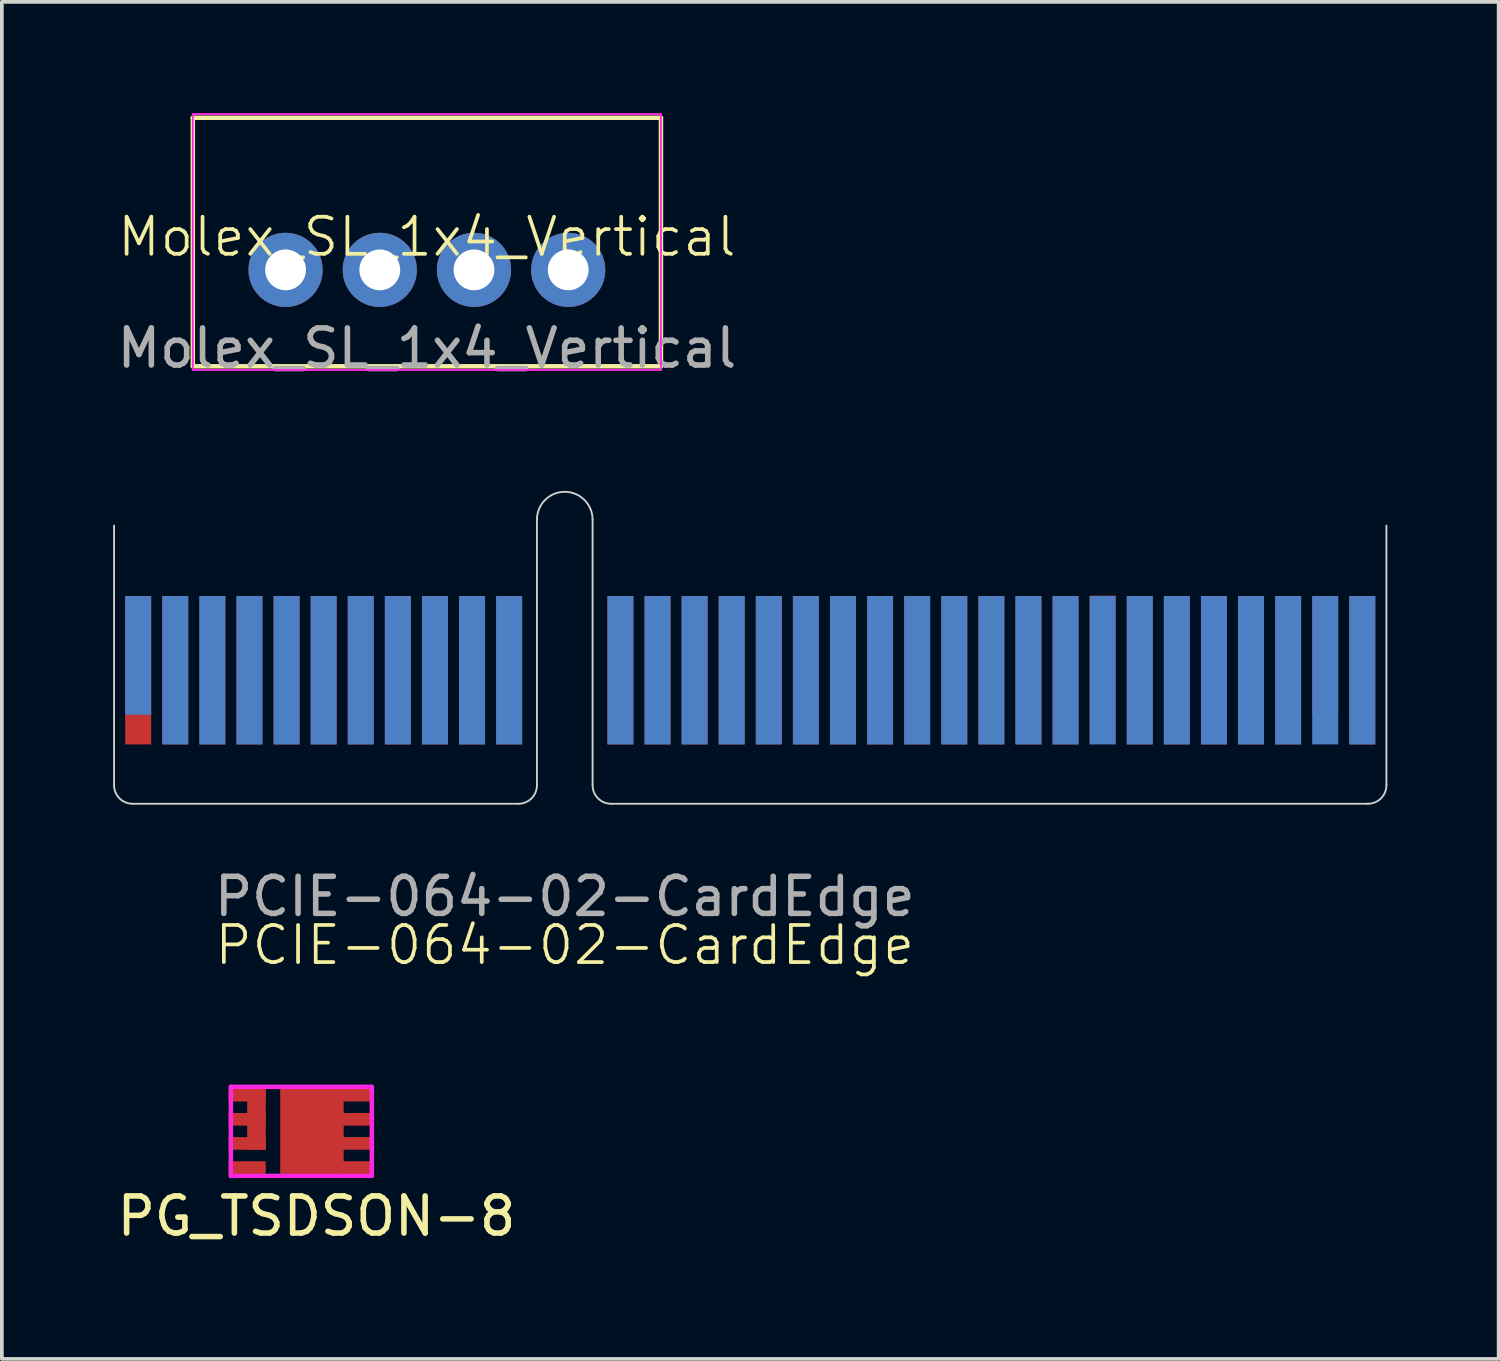
<source format=kicad_pcb>
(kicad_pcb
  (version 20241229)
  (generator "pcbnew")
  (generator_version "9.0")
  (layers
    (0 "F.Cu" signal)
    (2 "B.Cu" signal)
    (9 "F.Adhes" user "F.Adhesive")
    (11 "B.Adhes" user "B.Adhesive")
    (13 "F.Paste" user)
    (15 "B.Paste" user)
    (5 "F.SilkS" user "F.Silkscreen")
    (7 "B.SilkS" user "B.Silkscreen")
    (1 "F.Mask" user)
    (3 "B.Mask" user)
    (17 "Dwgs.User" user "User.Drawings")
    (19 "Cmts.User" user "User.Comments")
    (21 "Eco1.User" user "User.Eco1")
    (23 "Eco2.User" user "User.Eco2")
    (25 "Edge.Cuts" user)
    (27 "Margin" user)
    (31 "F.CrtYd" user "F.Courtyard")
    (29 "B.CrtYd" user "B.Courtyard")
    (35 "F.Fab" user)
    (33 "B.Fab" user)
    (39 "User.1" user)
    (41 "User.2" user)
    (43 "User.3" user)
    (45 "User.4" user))
  (footprint "PG_TSDSON-8"
    (layer "F.Cu")
    (at 4.974 27.449)
    (property "Reference" "PG_TSDSON-8" (at 0.508 2.286 180) (layer "F.SilkS") (effects (font (size 1 1) (thickness 0.15))))
    (attr smd)
    (fp_line (start -1.8 -1.2) (end -1.8 1.2) (stroke (width 0.12) (type solid)) (layer "F.CrtYd"))
    (fp_line (start -1.8 1.2) (end 2 1.2) (stroke (width 0.12) (type solid)) (layer "F.CrtYd"))
    (fp_line (start 1.8 -1.2) (end -1.8 -1.2) (stroke (width 0.12) (type solid)) (layer "F.CrtYd"))
    (fp_line (start 2 -1.2) (end 1.8 -1.2) (stroke (width 0.12) (type solid)) (layer "F.CrtYd"))
    (fp_line (start 2 1.2) (end 2 -1.2) (stroke (width 0.12) (type solid)) (layer "F.CrtYd"))
    (pad "1" smd rect (at -1.36 -0.975 180) (size 1 0.34) (layers "F.Cu" "F.Mask" "F.Paste"))
    (pad "1" smd rect (at -1.36 -0.325 180) (size 1 0.34) (layers "F.Cu" "F.Mask" "F.Paste"))
    (pad "1" smd rect (at -1.36 0.325 180) (size 1 0.34) (layers "F.Cu" "F.Mask" "F.Paste"))
    (pad "1" smd rect (at -1.11 -0.325 180) (size 0.5 1.64) (layers "F.Cu" "F.Mask" "F.Paste"))
    (pad "2" smd rect (at -1.36 0.975 180) (size 1 0.34) (layers "F.Cu" "F.Mask" "F.Paste"))
    (pad "3" smd rect (at 0.385 0 180) (size 1.71 2.29) (layers "F.Cu" "F.Mask" "F.Paste"))
    (pad "3" smd rect (at 1.54 -0.975 180) (size 1 0.34) (layers "F.Cu" "F.Mask" "F.Paste"))
    (pad "3" smd rect (at 1.54 -0.325 180) (size 1 0.34) (layers "F.Cu" "F.Mask" "F.Paste"))
    (pad "3" smd rect (at 1.54 0.325 180) (size 1 0.34) (layers "F.Cu" "F.Mask" "F.Paste"))
    (pad "3" smd rect (at 1.54 0.975 180) (size 1 0.34) (layers "F.Cu" "F.Mask" "F.Paste")))
  (footprint "PCIE-064-02-CardEdge"
    (layer "F.Cu")
    (at 12.175 18.618)
    (property "Reference" "PCIE-064-02-CardEdge" (at 0 3.81 0) (unlocked yes) (layer "F.SilkS") (effects (font (size 1 1) (thickness 0.1))))
    (attr smd)
    (fp_line (start -12.15 -0.5) (end -12.15 -7.5) (stroke (width 0.05) (type default)) (layer "Edge.Cuts"))
    (fp_line (start -1.25 0) (end -11.65 0) (stroke (width 0.05) (type default)) (layer "Edge.Cuts"))
    (fp_line (start -0.75 -7.66) (end -0.75 -0.5) (stroke (width 0.05) (type default)) (layer "Edge.Cuts"))
    (fp_line (start 0.75 -7.66) (end 0.75 -0.5) (stroke (width 0.05) (type default)) (layer "Edge.Cuts"))
    (fp_line (start 1.25 0) (end 21.65 0) (stroke (width 0.05) (type default)) (layer "Edge.Cuts"))
    (fp_line (start 22.15 -0.5) (end 22.15 -7.5) (stroke (width 0.05) (type default)) (layer "Edge.Cuts"))
    (fp_arc (start -11.65 0) (mid -12.003553 -0.146447) (end -12.15 -0.5) (stroke (width 0.05) (type default)) (layer "Edge.Cuts"))
    (fp_arc (start -0.75 -7.66) (mid 0 -8.41) (end 0.75 -7.66) (stroke (width 0.05) (type default)) (layer "Edge.Cuts"))
    (fp_arc (start -0.75 -0.5) (mid -0.896447 -0.146447) (end -1.25 0) (stroke (width 0.05) (type default)) (layer "Edge.Cuts"))
    (fp_arc (start 1.25 0) (mid 0.896447 -0.146447) (end 0.75 -0.5) (stroke (width 0.05) (type default)) (layer "Edge.Cuts"))
    (fp_arc (start 22.15 -0.5) (mid 22.003553 -0.146447) (end 21.65 0) (stroke (width 0.05) (type default)) (layer "Edge.Cuts"))
    (fp_text user "${REFERENCE}" (at 0 2.5 0) (unlocked yes) (layer "F.Fab") (effects (font (size 1 1) (thickness 0.15))))
    (pad "A1" connect rect (at -11.5 -4) (size 0.7 3.2) (layers "B.Cu" "B.Mask"))
    (pad "A2" connect rect (at -10.5 -3.6) (size 0.7 4) (layers "B.Cu" "B.Mask"))
    (pad "A3" connect rect (at -9.5 -3.6) (size 0.7 4) (layers "B.Cu" "B.Mask"))
    (pad "A4" connect rect (at -8.5 -3.6) (size 0.7 4) (layers "B.Cu" "B.Mask"))
    (pad "A5" connect rect (at -7.5 -3.6) (size 0.7 4) (layers "B.Cu" "B.Mask"))
    (pad "A6" connect rect (at -6.5 -3.6) (size 0.7 4) (layers "B.Cu" "B.Mask"))
    (pad "A7" connect rect (at -5.5 -3.6) (size 0.7 4) (layers "B.Cu" "B.Mask"))
    (pad "A8" connect rect (at -4.5 -3.6) (size 0.7 4) (layers "B.Cu" "B.Mask"))
    (pad "A9" connect rect (at -3.5 -3.6) (size 0.7 4) (layers "B.Cu" "B.Mask"))
    (pad "A10" connect rect (at -2.5 -3.6) (size 0.7 4) (layers "B.Cu" "B.Mask"))
    (pad "A11" connect rect (at -1.5 -3.6) (size 0.7 4) (layers "B.Cu" "B.Mask"))
    (pad "A12" connect rect (at 1.5 -3.6) (size 0.7 4) (layers "B.Cu" "B.Mask"))
    (pad "A13" connect rect (at 2.5 -3.6) (size 0.7 4) (layers "B.Cu" "B.Mask"))
    (pad "A14" connect rect (at 3.5 -3.6) (size 0.7 4) (layers "B.Cu" "B.Mask"))
    (pad "A15" connect rect (at 4.5 -3.6) (size 0.7 4) (layers "B.Cu" "B.Mask"))
    (pad "A16" connect rect (at 5.5 -3.6) (size 0.7 4) (layers "B.Cu" "B.Mask"))
    (pad "A17" connect rect (at 6.5 -3.6) (size 0.7 4) (layers "B.Cu" "B.Mask"))
    (pad "A18" connect rect (at 7.5 -3.6) (size 0.7 4) (layers "B.Cu" "B.Mask"))
    (pad "A19" connect rect (at 8.5 -3.6) (size 0.7 4) (layers "B.Cu" "B.Mask"))
    (pad "A20" connect rect (at 9.5 -3.6) (size 0.7 4) (layers "B.Cu" "B.Mask"))
    (pad "A21" connect rect (at 10.5 -3.6) (size 0.7 4) (layers "B.Cu" "B.Mask"))
    (pad "A22" connect rect (at 11.5 -3.6) (size 0.7 4) (layers "B.Cu" "B.Mask"))
    (pad "A23" connect rect (at 12.5 -3.6) (size 0.7 4) (layers "B.Cu" "B.Mask"))
    (pad "A24" connect rect (at 13.5 -3.6) (size 0.7 4) (layers "B.Cu" "B.Mask"))
    (pad "A25" connect rect (at 14.5 -3.6) (size 0.7 4) (layers "B.Cu" "B.Mask"))
    (pad "A26" connect rect (at 15.5 -3.6) (size 0.7 4) (layers "B.Cu" "B.Mask"))
    (pad "A27" connect rect (at 16.5 -3.6) (size 0.7 4) (layers "B.Cu" "B.Mask"))
    (pad "A28" connect rect (at 17.5 -3.6) (size 0.7 4) (layers "B.Cu" "B.Mask"))
    (pad "A29" connect rect (at 18.5 -3.6) (size 0.7 4) (layers "B.Cu" "B.Mask"))
    (pad "A30" connect rect (at 19.5 -3.6) (size 0.7 4) (layers "B.Cu" "B.Mask"))
    (pad "A31" connect rect (at 20.5 -3.6) (size 0.7 4) (layers "B.Cu" "B.Mask"))
    (pad "A32" connect rect (at 21.5 -3.6) (size 0.7 4) (layers "B.Cu" "B.Mask"))
    (pad "B1" connect rect (at -11.5 -3.6) (size 0.7 4) (layers "F.Cu" "F.Mask"))
    (pad "B2" connect rect (at -10.5 -3.6) (size 0.7 4) (layers "F.Cu" "F.Mask"))
    (pad "B3" connect rect (at -9.5 -3.6) (size 0.7 4) (layers "F.Cu" "F.Mask"))
    (pad "B4" connect rect (at -8.5 -3.6) (size 0.7 4) (layers "F.Cu" "F.Mask"))
    (pad "B5" connect rect (at -7.5 -3.6) (size 0.7 4) (layers "F.Cu" "F.Mask"))
    (pad "B6" connect rect (at -6.5 -3.6) (size 0.7 4) (layers "F.Cu" "F.Mask"))
    (pad "B7" connect rect (at -5.5 -3.6) (size 0.7 4) (layers "F.Cu" "F.Mask"))
    (pad "B8" connect rect (at -4.5 -3.6) (size 0.7 4) (layers "F.Cu" "F.Mask"))
    (pad "B9" connect rect (at -3.5 -3.6) (size 0.7 4) (layers "F.Cu" "F.Mask"))
    (pad "B10" connect rect (at -2.5 -3.6) (size 0.7 4) (layers "F.Cu" "F.Mask"))
    (pad "B11" connect rect (at -1.5 -3.6) (size 0.7 4) (layers "F.Cu" "F.Mask"))
    (pad "B12" connect rect (at 1.5 -3.6) (size 0.7 4) (layers "F.Cu" "F.Mask"))
    (pad "B13" connect rect (at 2.5 -3.6) (size 0.7 4) (layers "F.Cu" "F.Mask"))
    (pad "B14" connect rect (at 3.5 -3.6) (size 0.7 4) (layers "F.Cu" "F.Mask"))
    (pad "B15" connect rect (at 4.5 -3.6) (size 0.7 4) (layers "F.Cu" "F.Mask"))
    (pad "B16" connect rect (at 5.5 -3.6) (size 0.7 4) (layers "F.Cu" "F.Mask"))
    (pad "B17" connect rect (at 6.5 -3.6) (size 0.7 4) (layers "F.Cu" "F.Mask"))
    (pad "B18" connect rect (at 7.5 -3.6) (size 0.7 4) (layers "F.Cu" "F.Mask"))
    (pad "B19" connect rect (at 8.5 -3.6) (size 0.7 4) (layers "F.Cu" "F.Mask"))
    (pad "B20" connect rect (at 9.5 -3.6) (size 0.7 4) (layers "F.Cu" "F.Mask"))
    (pad "B21" connect rect (at 10.5 -3.6) (size 0.7 4) (layers "F.Cu" "F.Mask"))
    (pad "B22" connect rect (at 11.5 -3.6) (size 0.7 4) (layers "F.Cu" "F.Mask"))
    (pad "B23" connect rect (at 12.5 -3.6) (size 0.7 4) (layers "F.Cu" "F.Mask"))
    (pad "B24" connect rect (at 13.5 -3.6) (size 0.7 4) (layers "F.Cu" "F.Mask"))
    (pad "B25" connect rect (at 14.5 -3.61) (size 0.7 4) (layers "F.Cu" "F.Mask"))
    (pad "B26" connect rect (at 15.5 -3.6) (size 0.7 4) (layers "F.Cu" "F.Mask"))
    (pad "B27" connect rect (at 16.5 -3.6) (size 0.7 4) (layers "F.Cu" "F.Mask"))
    (pad "B28" connect rect (at 17.5 -3.6) (size 0.7 4) (layers "F.Cu" "F.Mask"))
    (pad "B29" connect rect (at 18.5 -3.6) (size 0.7 4) (layers "F.Cu" "F.Mask"))
    (pad "B30" connect rect (at 19.5 -3.6) (size 0.7 4) (layers "F.Cu" "F.Mask"))
    (pad "B31" connect rect (at 20.5 -4) (size 0.7 3.2) (layers "F.Cu" "F.Mask"))
    (pad "B32" connect rect (at 21.5 -3.6) (size 0.7 4) (layers "F.Cu" "F.Mask")))
  (footprint "Molex_SL_1x4_Vertical"
    (layer "F.Cu")
    (at 8.458 3.835)
    (property "Reference" "Molex_SL_1x4_Vertical" (at 0 -0.5 0) (unlocked yes) (layer "F.SilkS") (effects (font (size 1 1) (thickness 0.1))))
    (attr through_hole)
    (fp_line (start -6.31 -3.71) (end 6.31 -3.71) (stroke (width 0.12) (type solid)) (layer "F.SilkS"))
    (fp_line (start -6.31 2.99) (end -6.31 -3.71) (stroke (width 0.12) (type solid)) (layer "F.SilkS"))
    (fp_line (start 6.31 -3.71) (end 6.31 2.99) (stroke (width 0.12) (type solid)) (layer "F.SilkS"))
    (fp_line (start 6.31 2.99) (end -6.31 2.99) (stroke (width 0.12) (type solid)) (layer "F.SilkS"))
    (fp_line (start -6.31 -3.81) (end -6.31 3.09) (stroke (width 0.05) (type solid)) (layer "F.CrtYd"))
    (fp_line (start -6.31 3.09) (end 6.31 3.09) (stroke (width 0.05) (type solid)) (layer "F.CrtYd"))
    (fp_line (start 6.31 -3.81) (end -6.31 -3.81) (stroke (width 0.05) (type solid)) (layer "F.CrtYd"))
    (fp_line (start 6.31 3.09) (end 6.31 -3.81) (stroke (width 0.05) (type solid)) (layer "F.CrtYd"))
    (fp_text user "${REFERENCE}" (at 0 2.5 0) (unlocked yes) (layer "F.Fab") (effects (font (size 1 1) (thickness 0.15))))
    (pad "1" thru_hole circle (at 3.81 0.39) (size 2 2) (drill 1.1) (layers "*.Cu" "*.Mask"))
    (pad "2" thru_hole circle (at 1.27 0.39) (size 2 2) (drill 1.1) (layers "*.Cu" "*.Mask"))
    (pad "3" thru_hole circle (at -1.27 0.39) (size 2 2) (drill 1.1) (layers "*.Cu" "*.Mask"))
    (pad "4" thru_hole circle (at -3.81 0.39) (size 2 2) (drill 1.1) (layers "*.Cu" "*.Mask")))
  (gr_rect
    (start -3 -3)
    (end 37.35 33.583)
    (stroke (width 0.1) (type default))
    (fill no)
    (layer "Edge.Cuts")))
</source>
